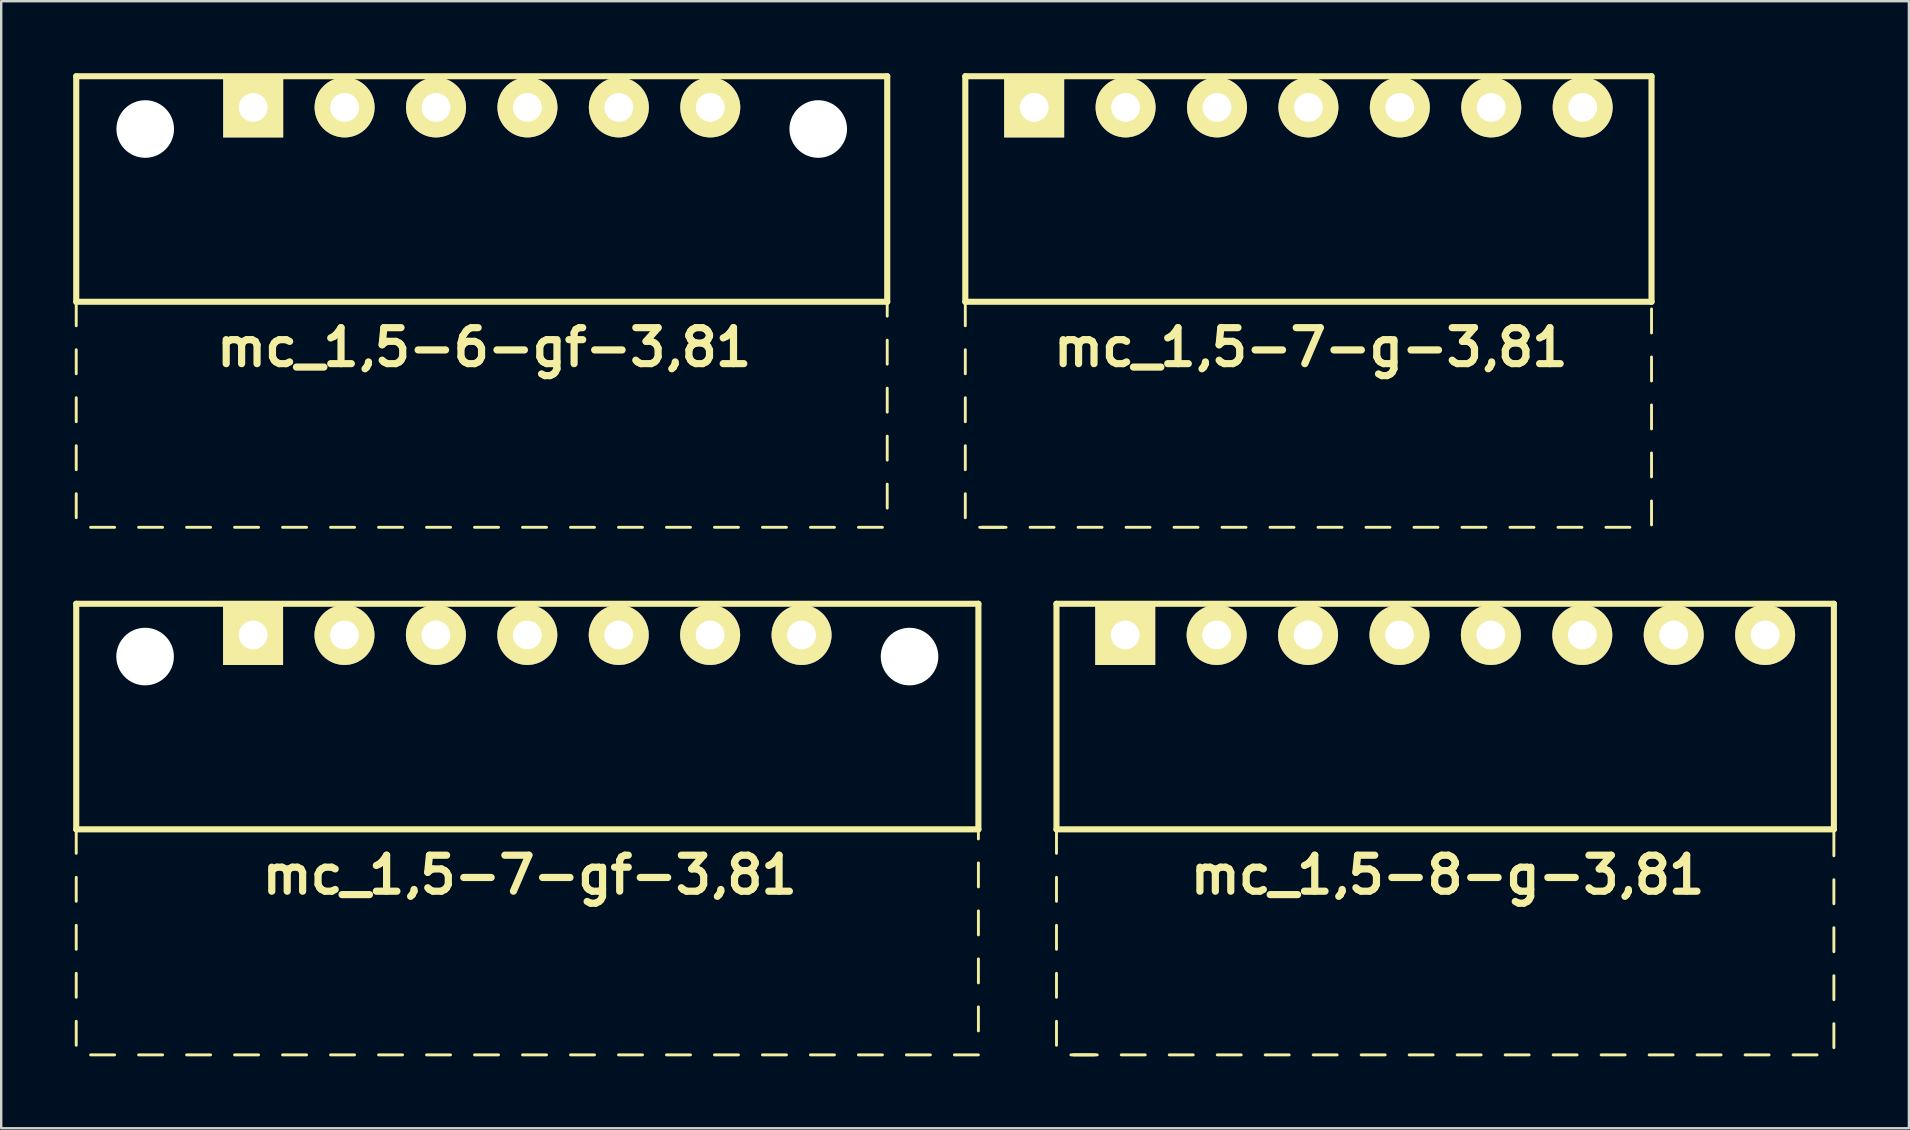
<source format=kicad_pcb>
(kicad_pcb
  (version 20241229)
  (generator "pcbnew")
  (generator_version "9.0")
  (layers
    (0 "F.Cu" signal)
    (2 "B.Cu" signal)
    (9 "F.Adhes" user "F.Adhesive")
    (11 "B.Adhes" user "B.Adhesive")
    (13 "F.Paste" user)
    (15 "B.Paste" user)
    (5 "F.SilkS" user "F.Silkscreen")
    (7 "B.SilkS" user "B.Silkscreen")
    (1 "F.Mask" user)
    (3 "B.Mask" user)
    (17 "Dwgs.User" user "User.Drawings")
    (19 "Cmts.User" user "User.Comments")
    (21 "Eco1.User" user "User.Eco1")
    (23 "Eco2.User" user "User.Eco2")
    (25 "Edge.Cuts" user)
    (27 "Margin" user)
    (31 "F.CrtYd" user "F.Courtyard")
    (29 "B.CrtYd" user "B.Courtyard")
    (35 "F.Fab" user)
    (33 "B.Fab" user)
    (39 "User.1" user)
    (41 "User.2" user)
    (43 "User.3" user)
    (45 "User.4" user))
  (footprint "mc_1,5-8-g-3,81"
    (layer "F.Cu")
    (at 57.181 23.414)
    (property "Reference" "mc_1,5-8-g-3,81" (at 0.1 10 0) (layer "F.SilkS") (effects (font (size 1.5 1.5) (thickness 0.3))))
    (attr through_hole)
    (fp_line (start -16.2 -1.3) (end -16.2 8.1) (stroke (width 0.254) (type solid)) (layer "F.SilkS"))
    (fp_line (start -16.2 -1.3) (end 16.2 -1.3) (stroke (width 0.254) (type solid)) (layer "F.SilkS"))
    (fp_line (start -16.2 8.1) (end -16.2 9.1) (stroke (width 0.12) (type solid)) (layer "F.SilkS"))
    (fp_line (start -16.2 8.1) (end 16.2 8.1) (stroke (width 0.254) (type solid)) (layer "F.SilkS"))
    (fp_line (start -16.2 10.1) (end -16.2 11.1) (stroke (width 0.12) (type solid)) (layer "F.SilkS"))
    (fp_line (start -16.2 12.1) (end -16.2 13.1) (stroke (width 0.12) (type solid)) (layer "F.SilkS"))
    (fp_line (start -16.2 14.1) (end -16.2 15.1) (stroke (width 0.12) (type solid)) (layer "F.SilkS"))
    (fp_line (start -16.2 16.1) (end -16.2 17.1) (stroke (width 0.12) (type solid)) (layer "F.SilkS"))
    (fp_line (start -15.6 17.5) (end -14.6 17.5) (stroke (width 0.12) (type solid)) (layer "F.SilkS"))
    (fp_line (start -15.5 17.5) (end -14.5 17.5) (stroke (width 0.12) (type solid)) (layer "F.SilkS"))
    (fp_line (start -13.5 17.5) (end -12.5 17.5) (stroke (width 0.12) (type solid)) (layer "F.SilkS"))
    (fp_line (start -11.5 17.5) (end -10.5 17.5) (stroke (width 0.12) (type solid)) (layer "F.SilkS"))
    (fp_line (start -9.5 17.5) (end -8.5 17.5) (stroke (width 0.12) (type solid)) (layer "F.SilkS"))
    (fp_line (start -7.5 17.5) (end -6.5 17.5) (stroke (width 0.12) (type solid)) (layer "F.SilkS"))
    (fp_line (start -5.5 17.5) (end -4.5 17.5) (stroke (width 0.12) (type solid)) (layer "F.SilkS"))
    (fp_line (start -3.5 17.5) (end -2.5 17.5) (stroke (width 0.12) (type solid)) (layer "F.SilkS"))
    (fp_line (start -1.5 17.5) (end -0.5 17.5) (stroke (width 0.12) (type solid)) (layer "F.SilkS"))
    (fp_line (start 0.5 17.5) (end 1.5 17.5) (stroke (width 0.12) (type solid)) (layer "F.SilkS"))
    (fp_line (start 2.5 17.5) (end 3.5 17.5) (stroke (width 0.12) (type solid)) (layer "F.SilkS"))
    (fp_line (start 4.5 17.5) (end 5.5 17.5) (stroke (width 0.12) (type solid)) (layer "F.SilkS"))
    (fp_line (start 6.5 17.5) (end 7.5 17.5) (stroke (width 0.12) (type solid)) (layer "F.SilkS"))
    (fp_line (start 8.5 17.5) (end 9.5 17.5) (stroke (width 0.12) (type solid)) (layer "F.SilkS"))
    (fp_line (start 10.5 17.5) (end 11.5 17.5) (stroke (width 0.12) (type solid)) (layer "F.SilkS"))
    (fp_line (start 12.5 17.5) (end 13.5 17.5) (stroke (width 0.12) (type solid)) (layer "F.SilkS"))
    (fp_line (start 14.5 17.5) (end 15.5 17.5) (stroke (width 0.12) (type solid)) (layer "F.SilkS"))
    (fp_line (start 16.2 -1.3) (end 16.2 8.1) (stroke (width 0.254) (type solid)) (layer "F.SilkS"))
    (fp_line (start 16.2 8.2) (end 16.2 9.2) (stroke (width 0.12) (type solid)) (layer "F.SilkS"))
    (fp_line (start 16.2 10.2) (end 16.2 11.2) (stroke (width 0.12) (type solid)) (layer "F.SilkS"))
    (fp_line (start 16.2 12.2) (end 16.2 13.2) (stroke (width 0.12) (type solid)) (layer "F.SilkS"))
    (fp_line (start 16.2 14.2) (end 16.2 15.2) (stroke (width 0.12) (type solid)) (layer "F.SilkS"))
    (fp_line (start 16.2 16.2) (end 16.2 17.2) (stroke (width 0.12) (type solid)) (layer "F.SilkS"))
    (pad "1" thru_hole rect (at -13.335 0) (size 2.5 2.5) (drill 1.2) (layers "*.Cu" "*.Mask" "F.SilkS"))
    (pad "2" thru_hole circle (at -9.525 0) (size 2.5 2.5) (drill 1.2) (layers "*.Cu" "*.Mask" "F.SilkS"))
    (pad "3" thru_hole circle (at -5.715 0) (size 2.5 2.5) (drill 1.2) (layers "*.Cu" "*.Mask" "F.SilkS"))
    (pad "4" thru_hole circle (at -1.905 0) (size 2.5 2.5) (drill 1.2) (layers "*.Cu" "*.Mask" "F.SilkS"))
    (pad "5" thru_hole circle (at 1.905 0) (size 2.5 2.5) (drill 1.2) (layers "*.Cu" "*.Mask" "F.SilkS"))
    (pad "6" thru_hole circle (at 5.715 0) (size 2.5 2.5) (drill 1.2) (layers "*.Cu" "*.Mask" "F.SilkS"))
    (pad "7" thru_hole circle (at 9.525 0) (size 2.5 2.5) (drill 1.2) (layers "*.Cu" "*.Mask" "F.SilkS"))
    (pad "8" thru_hole circle (at 13.335 0) (size 2.5 2.5) (drill 1.2) (layers "*.Cu" "*.Mask" "F.SilkS")))
  (footprint "mc_1,5-7-g-3,81"
    (layer "F.Cu")
    (at 51.481 1.427)
    (property "Reference" "mc_1,5-7-g-3,81" (at 0.1 10 0) (layer "F.SilkS") (effects (font (size 1.5 1.5) (thickness 0.3))))
    (attr through_hole)
    (fp_line (start -14.3 -1.3) (end -14.3 8.1) (stroke (width 0.254) (type solid)) (layer "F.SilkS"))
    (fp_line (start -14.3 -1.3) (end 14.3 -1.3) (stroke (width 0.254) (type solid)) (layer "F.SilkS"))
    (fp_line (start -14.3 8.1) (end -14.3 9.1) (stroke (width 0.12) (type solid)) (layer "F.SilkS"))
    (fp_line (start -14.3 8.1) (end 14.3 8.1) (stroke (width 0.254) (type solid)) (layer "F.SilkS"))
    (fp_line (start -14.3 10.1) (end -14.3 11.1) (stroke (width 0.12) (type solid)) (layer "F.SilkS"))
    (fp_line (start -14.3 12.1) (end -14.3 13.1) (stroke (width 0.12) (type solid)) (layer "F.SilkS"))
    (fp_line (start -14.3 14.1) (end -14.3 15.1) (stroke (width 0.12) (type solid)) (layer "F.SilkS"))
    (fp_line (start -14.3 16.1) (end -14.3 17.1) (stroke (width 0.12) (type solid)) (layer "F.SilkS"))
    (fp_line (start -13.7 17.5) (end -12.7 17.5) (stroke (width 0.12) (type solid)) (layer "F.SilkS"))
    (fp_line (start -13.6 17.5) (end -12.6 17.5) (stroke (width 0.12) (type solid)) (layer "F.SilkS"))
    (fp_line (start -11.6 17.5) (end -10.6 17.5) (stroke (width 0.12) (type solid)) (layer "F.SilkS"))
    (fp_line (start -9.6 17.5) (end -8.6 17.5) (stroke (width 0.12) (type solid)) (layer "F.SilkS"))
    (fp_line (start -7.6 17.5) (end -6.6 17.5) (stroke (width 0.12) (type solid)) (layer "F.SilkS"))
    (fp_line (start -5.6 17.5) (end -4.6 17.5) (stroke (width 0.12) (type solid)) (layer "F.SilkS"))
    (fp_line (start -3.6 17.5) (end -2.6 17.5) (stroke (width 0.12) (type solid)) (layer "F.SilkS"))
    (fp_line (start -1.6 17.5) (end -0.6 17.5) (stroke (width 0.12) (type solid)) (layer "F.SilkS"))
    (fp_line (start 0.4 17.5) (end 1.4 17.5) (stroke (width 0.12) (type solid)) (layer "F.SilkS"))
    (fp_line (start 2.4 17.5) (end 3.4 17.5) (stroke (width 0.12) (type solid)) (layer "F.SilkS"))
    (fp_line (start 4.4 17.5) (end 5.4 17.5) (stroke (width 0.12) (type solid)) (layer "F.SilkS"))
    (fp_line (start 6.4 17.5) (end 7.4 17.5) (stroke (width 0.12) (type solid)) (layer "F.SilkS"))
    (fp_line (start 8.4 17.5) (end 9.4 17.5) (stroke (width 0.12) (type solid)) (layer "F.SilkS"))
    (fp_line (start 10.4 17.5) (end 11.4 17.5) (stroke (width 0.12) (type solid)) (layer "F.SilkS"))
    (fp_line (start 12.4 17.5) (end 13.4 17.5) (stroke (width 0.12) (type solid)) (layer "F.SilkS"))
    (fp_line (start 14.3 -1.3) (end 14.3 8.1) (stroke (width 0.254) (type solid)) (layer "F.SilkS"))
    (fp_line (start 14.3 8.4) (end 14.3 9.4) (stroke (width 0.12) (type solid)) (layer "F.SilkS"))
    (fp_line (start 14.3 10.4) (end 14.3 11.4) (stroke (width 0.12) (type solid)) (layer "F.SilkS"))
    (fp_line (start 14.3 12.4) (end 14.3 13.4) (stroke (width 0.12) (type solid)) (layer "F.SilkS"))
    (fp_line (start 14.3 14.4) (end 14.3 15.4) (stroke (width 0.12) (type solid)) (layer "F.SilkS"))
    (fp_line (start 14.3 16.4) (end 14.3 17.4) (stroke (width 0.12) (type solid)) (layer "F.SilkS"))
    (pad "1" thru_hole rect (at -11.43 0) (size 2.5 2.5) (drill 1.2) (layers "*.Cu" "*.Mask" "F.SilkS"))
    (pad "2" thru_hole circle (at -7.62 0) (size 2.5 2.5) (drill 1.2) (layers "*.Cu" "*.Mask" "F.SilkS"))
    (pad "3" thru_hole circle (at -3.81 0) (size 2.5 2.5) (drill 1.2) (layers "*.Cu" "*.Mask" "F.SilkS"))
    (pad "4" thru_hole circle (at 0 0) (size 2.5 2.5) (drill 1.2) (layers "*.Cu" "*.Mask" "F.SilkS"))
    (pad "5" thru_hole circle (at 3.81 0) (size 2.5 2.5) (drill 1.2) (layers "*.Cu" "*.Mask" "F.SilkS"))
    (pad "6" thru_hole circle (at 7.62 0) (size 2.5 2.5) (drill 1.2) (layers "*.Cu" "*.Mask" "F.SilkS"))
    (pad "7" thru_hole circle (at 11.43 0) (size 2.5 2.5) (drill 1.2) (layers "*.Cu" "*.Mask" "F.SilkS")))
  (footprint "mc_1,5-7-gf-3,81"
    (layer "F.Cu")
    (at 18.927 23.414)
    (property "Reference" "mc_1,5-7-gf-3,81" (at 0.1 10 0) (layer "F.SilkS") (effects (font (size 1.5 1.5) (thickness 0.3))))
    (attr through_hole)
    (fp_line (start -18.8 -1.3) (end -18.8 8.1) (stroke (width 0.254) (type solid)) (layer "F.SilkS"))
    (fp_line (start -18.8 -1.3) (end 18.8 -1.3) (stroke (width 0.254) (type solid)) (layer "F.SilkS"))
    (fp_line (start -18.8 8.1) (end -18.8 9.1) (stroke (width 0.12) (type solid)) (layer "F.SilkS"))
    (fp_line (start -18.8 8.1) (end 18.8 8.1) (stroke (width 0.254) (type solid)) (layer "F.SilkS"))
    (fp_line (start -18.8 10.1) (end -18.8 11.1) (stroke (width 0.12) (type solid)) (layer "F.SilkS"))
    (fp_line (start -18.8 12.1) (end -18.8 13.1) (stroke (width 0.12) (type solid)) (layer "F.SilkS"))
    (fp_line (start -18.8 14.1) (end -18.8 15.1) (stroke (width 0.12) (type solid)) (layer "F.SilkS"))
    (fp_line (start -18.8 16.1) (end -18.8 17.1) (stroke (width 0.12) (type solid)) (layer "F.SilkS"))
    (fp_line (start -18.2 17.5) (end -17.2 17.5) (stroke (width 0.12) (type solid)) (layer "F.SilkS"))
    (fp_line (start -16.2 17.5) (end -15.2 17.5) (stroke (width 0.12) (type solid)) (layer "F.SilkS"))
    (fp_line (start -14.2 17.5) (end -13.2 17.5) (stroke (width 0.12) (type solid)) (layer "F.SilkS"))
    (fp_line (start -12.2 17.5) (end -11.2 17.5) (stroke (width 0.12) (type solid)) (layer "F.SilkS"))
    (fp_line (start -10.2 17.5) (end -9.2 17.5) (stroke (width 0.12) (type solid)) (layer "F.SilkS"))
    (fp_line (start -8.2 17.5) (end -7.2 17.5) (stroke (width 0.12) (type solid)) (layer "F.SilkS"))
    (fp_line (start -6.2 17.5) (end -5.2 17.5) (stroke (width 0.12) (type solid)) (layer "F.SilkS"))
    (fp_line (start -4.2 17.5) (end -3.2 17.5) (stroke (width 0.12) (type solid)) (layer "F.SilkS"))
    (fp_line (start -2.2 17.5) (end -1.2 17.5) (stroke (width 0.12) (type solid)) (layer "F.SilkS"))
    (fp_line (start -0.2 17.5) (end 0.8 17.5) (stroke (width 0.12) (type solid)) (layer "F.SilkS"))
    (fp_line (start 1.8 17.5) (end 2.8 17.5) (stroke (width 0.12) (type solid)) (layer "F.SilkS"))
    (fp_line (start 3.8 17.5) (end 4.8 17.5) (stroke (width 0.12) (type solid)) (layer "F.SilkS"))
    (fp_line (start 5.8 17.5) (end 6.8 17.5) (stroke (width 0.12) (type solid)) (layer "F.SilkS"))
    (fp_line (start 7.8 17.5) (end 8.8 17.5) (stroke (width 0.12) (type solid)) (layer "F.SilkS"))
    (fp_line (start 9.8 17.5) (end 10.8 17.5) (stroke (width 0.12) (type solid)) (layer "F.SilkS"))
    (fp_line (start 11.8 17.5) (end 12.8 17.5) (stroke (width 0.12) (type solid)) (layer "F.SilkS"))
    (fp_line (start 13.8 17.5) (end 14.8 17.5) (stroke (width 0.12) (type solid)) (layer "F.SilkS"))
    (fp_line (start 15.8 17.5) (end 16.8 17.5) (stroke (width 0.12) (type solid)) (layer "F.SilkS"))
    (fp_line (start 17.8 17.5) (end 18.8 17.5) (stroke (width 0.12) (type solid)) (layer "F.SilkS"))
    (fp_line (start 18.8 -1.3) (end 18.8 8.1) (stroke (width 0.254) (type solid)) (layer "F.SilkS"))
    (fp_line (start 18.8 8.1) (end 18.8 8.5) (stroke (width 0.12) (type solid)) (layer "F.SilkS"))
    (fp_line (start 18.8 9.5) (end 18.8 10.5) (stroke (width 0.12) (type solid)) (layer "F.SilkS"))
    (fp_line (start 18.8 11.5) (end 18.8 12.5) (stroke (width 0.12) (type solid)) (layer "F.SilkS"))
    (fp_line (start 18.8 13.5) (end 18.8 14.5) (stroke (width 0.12) (type solid)) (layer "F.SilkS"))
    (fp_line (start 18.8 15.5) (end 18.8 16.5) (stroke (width 0.12) (type solid)) (layer "F.SilkS"))
    (pad "" np_thru_hole circle (at -15.93 0.9) (size 2.4 2.4) (drill 2.4) (layers "*.Cu" "*.Mask"))
    (pad "" np_thru_hole circle (at 15.93 0.9) (size 2.4 2.4) (drill 2.4) (layers "*.Cu" "*.Mask"))
    (pad "1" thru_hole rect (at -11.43 0) (size 2.5 2.5) (drill 1.2) (layers "*.Cu" "*.Mask" "F.SilkS"))
    (pad "2" thru_hole circle (at -7.62 0) (size 2.5 2.5) (drill 1.2) (layers "*.Cu" "*.Mask" "F.SilkS"))
    (pad "3" thru_hole circle (at -3.81 0) (size 2.5 2.5) (drill 1.2) (layers "*.Cu" "*.Mask" "F.SilkS"))
    (pad "4" thru_hole circle (at 0 0) (size 2.5 2.5) (drill 1.2) (layers "*.Cu" "*.Mask" "F.SilkS"))
    (pad "5" thru_hole circle (at 3.81 0) (size 2.5 2.5) (drill 1.2) (layers "*.Cu" "*.Mask" "F.SilkS"))
    (pad "6" thru_hole circle (at 7.62 0) (size 2.5 2.5) (drill 1.2) (layers "*.Cu" "*.Mask" "F.SilkS"))
    (pad "7" thru_hole circle (at 11.43 0) (size 2.5 2.5) (drill 1.2) (layers "*.Cu" "*.Mask" "F.SilkS")))
  (footprint "mc_1,5-6-gf-3,81"
    (layer "F.Cu")
    (at 17.027 1.427)
    (property "Reference" "mc_1,5-6-gf-3,81" (at 0.1 10 0) (layer "F.SilkS") (effects (font (size 1.5 1.5) (thickness 0.3))))
    (attr through_hole)
    (fp_line (start -16.9 -1.3) (end -16.9 8.1) (stroke (width 0.254) (type solid)) (layer "F.SilkS"))
    (fp_line (start -16.9 -1.3) (end 16.9 -1.3) (stroke (width 0.254) (type solid)) (layer "F.SilkS"))
    (fp_line (start -16.9 8.1) (end -16.9 9.1) (stroke (width 0.12) (type solid)) (layer "F.SilkS"))
    (fp_line (start -16.9 8.1) (end 16.9 8.1) (stroke (width 0.254) (type solid)) (layer "F.SilkS"))
    (fp_line (start -16.9 10.1) (end -16.9 11.1) (stroke (width 0.12) (type solid)) (layer "F.SilkS"))
    (fp_line (start -16.9 12.1) (end -16.9 13.1) (stroke (width 0.12) (type solid)) (layer "F.SilkS"))
    (fp_line (start -16.9 14.1) (end -16.9 15.1) (stroke (width 0.12) (type solid)) (layer "F.SilkS"))
    (fp_line (start -16.9 16.1) (end -16.9 17.1) (stroke (width 0.12) (type solid)) (layer "F.SilkS"))
    (fp_line (start -16.3 17.5) (end -15.3 17.5) (stroke (width 0.12) (type solid)) (layer "F.SilkS"))
    (fp_line (start -14.3 17.5) (end -13.3 17.5) (stroke (width 0.12) (type solid)) (layer "F.SilkS"))
    (fp_line (start -12.3 17.5) (end -11.3 17.5) (stroke (width 0.12) (type solid)) (layer "F.SilkS"))
    (fp_line (start -10.3 17.5) (end -9.3 17.5) (stroke (width 0.12) (type solid)) (layer "F.SilkS"))
    (fp_line (start -8.3 17.5) (end -7.3 17.5) (stroke (width 0.12) (type solid)) (layer "F.SilkS"))
    (fp_line (start -6.3 17.5) (end -5.3 17.5) (stroke (width 0.12) (type solid)) (layer "F.SilkS"))
    (fp_line (start -4.3 17.5) (end -3.3 17.5) (stroke (width 0.12) (type solid)) (layer "F.SilkS"))
    (fp_line (start -2.3 17.5) (end -1.3 17.5) (stroke (width 0.12) (type solid)) (layer "F.SilkS"))
    (fp_line (start -0.3 17.5) (end 0.7 17.5) (stroke (width 0.12) (type solid)) (layer "F.SilkS"))
    (fp_line (start 1.7 17.5) (end 2.7 17.5) (stroke (width 0.12) (type solid)) (layer "F.SilkS"))
    (fp_line (start 3.7 17.5) (end 4.7 17.5) (stroke (width 0.12) (type solid)) (layer "F.SilkS"))
    (fp_line (start 5.7 17.5) (end 6.7 17.5) (stroke (width 0.12) (type solid)) (layer "F.SilkS"))
    (fp_line (start 7.7 17.5) (end 8.7 17.5) (stroke (width 0.12) (type solid)) (layer "F.SilkS"))
    (fp_line (start 9.7 17.5) (end 10.7 17.5) (stroke (width 0.12) (type solid)) (layer "F.SilkS"))
    (fp_line (start 11.7 17.5) (end 12.7 17.5) (stroke (width 0.12) (type solid)) (layer "F.SilkS"))
    (fp_line (start 13.7 17.5) (end 14.7 17.5) (stroke (width 0.12) (type solid)) (layer "F.SilkS"))
    (fp_line (start 15.7 17.5) (end 16.7 17.5) (stroke (width 0.12) (type solid)) (layer "F.SilkS"))
    (fp_line (start 16.9 -1.3) (end 16.9 8.1) (stroke (width 0.254) (type solid)) (layer "F.SilkS"))
    (fp_line (start 16.9 8.1) (end 16.9 8.7) (stroke (width 0.12) (type solid)) (layer "F.SilkS"))
    (fp_line (start 16.9 9.7) (end 16.9 10.7) (stroke (width 0.12) (type solid)) (layer "F.SilkS"))
    (fp_line (start 16.9 11.7) (end 16.9 12.7) (stroke (width 0.12) (type solid)) (layer "F.SilkS"))
    (fp_line (start 16.9 13.7) (end 16.9 14.7) (stroke (width 0.12) (type solid)) (layer "F.SilkS"))
    (fp_line (start 16.9 15.7) (end 16.9 16.7) (stroke (width 0.12) (type solid)) (layer "F.SilkS"))
    (pad "" np_thru_hole circle (at -14.025 0.9) (size 2.4 2.4) (drill 2.4) (layers "*.Cu" "*.Mask"))
    (pad "" np_thru_hole circle (at 14.025 0.9) (size 2.4 2.4) (drill 2.4) (layers "*.Cu" "*.Mask"))
    (pad "1" thru_hole rect (at -9.525 0) (size 2.5 2.5) (drill 1.2) (layers "*.Cu" "*.Mask" "F.SilkS"))
    (pad "2" thru_hole circle (at -5.715 0) (size 2.5 2.5) (drill 1.2) (layers "*.Cu" "*.Mask" "F.SilkS"))
    (pad "3" thru_hole circle (at -1.905 0) (size 2.5 2.5) (drill 1.2) (layers "*.Cu" "*.Mask" "F.SilkS"))
    (pad "4" thru_hole circle (at 1.905 0) (size 2.5 2.5) (drill 1.2) (layers "*.Cu" "*.Mask" "F.SilkS"))
    (pad "5" thru_hole circle (at 5.715 0) (size 2.5 2.5) (drill 1.2) (layers "*.Cu" "*.Mask" "F.SilkS"))
    (pad "6" thru_hole circle (at 9.525 0) (size 2.5 2.5) (drill 1.2) (layers "*.Cu" "*.Mask" "F.SilkS")))
  (gr_rect
    (start -3 -3)
    (end 76.508 43.974)
    (stroke (width 0.1) (type default))
    (fill no)
    (layer "Edge.Cuts")))
</source>
